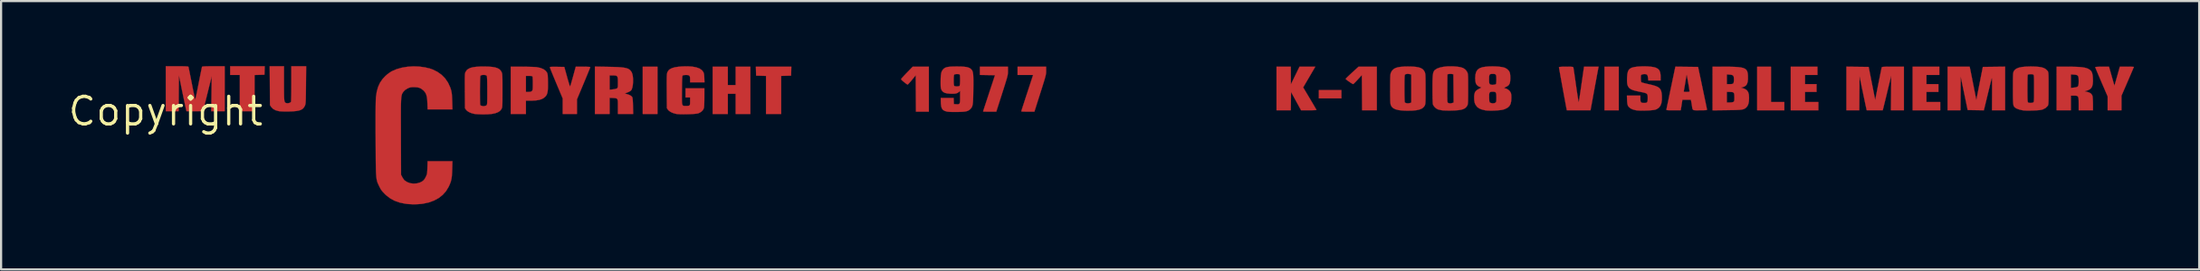
<source format=kicad_pcb>
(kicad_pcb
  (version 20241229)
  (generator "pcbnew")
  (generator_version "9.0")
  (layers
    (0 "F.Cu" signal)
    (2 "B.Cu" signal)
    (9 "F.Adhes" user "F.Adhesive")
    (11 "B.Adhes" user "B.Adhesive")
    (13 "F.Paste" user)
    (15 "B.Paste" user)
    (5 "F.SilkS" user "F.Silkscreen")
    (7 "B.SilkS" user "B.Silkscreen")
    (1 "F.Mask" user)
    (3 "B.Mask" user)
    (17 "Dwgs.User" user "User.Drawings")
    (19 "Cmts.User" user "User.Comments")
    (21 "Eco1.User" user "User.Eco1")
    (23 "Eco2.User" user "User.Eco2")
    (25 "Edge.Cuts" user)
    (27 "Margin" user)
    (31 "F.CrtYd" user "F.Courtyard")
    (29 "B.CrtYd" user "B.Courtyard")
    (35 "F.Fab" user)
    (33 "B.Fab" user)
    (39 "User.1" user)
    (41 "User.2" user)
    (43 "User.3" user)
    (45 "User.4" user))
  (footprint "Copyright"
    (layer "F.Cu")
    (at 4.573 2.083)
    (property "Reference" "Copyright" (at 0 0 0) (layer "F.SilkS") (effects (font (size 1.27 1.27) (thickness 0.15))))
    (attr smd board_only exclude_from_pos_files exclude_from_bom allow_missing_courtyard)
    (fp_poly (pts (xy 22.634 0.123) (xy 21.956 0.123) (xy 21.956 -2.057) (xy 22.634 -2.057) (xy 22.634 0.123)) (stroke (width 0.01) (type solid)) (fill yes) (layer "F.Cu"))
    (fp_poly (pts (xy 54.108 -0.596) (xy 53.071 -0.596) (xy 53.071 -0.977) (xy 54.108 -0.977) (xy 54.108 -0.596)) (stroke (width 0.01) (type solid)) (fill yes) (layer "F.Cu"))
    (fp_poly (pts (xy 66.872 -0.046) (xy 66.216 -0.046) (xy 66.216 -2.057) (xy 66.872 -2.057) (xy 66.872 -0.046)) (stroke (width 0.01) (type solid)) (fill yes) (layer "F.Cu"))
    (fp_poly (pts (xy 73.878 -0.427) (xy 74.492 -0.427) (xy 74.492 -0.046) (xy 73.243 -0.046) (xy 73.243 -2.057) (xy 73.878 -2.057) (xy 73.878 -0.427)) (stroke (width 0.01) (type solid)) (fill yes) (layer "F.Cu"))
    (fp_poly (pts (xy 4.547 -1.686) (xy 4.319 -1.68) (xy 4.092 -1.674) (xy 4.092 -0.004) (xy 3.414 -0.004) (xy 3.414 -1.676) (xy 2.97 -1.676) (xy 2.97 -2.078) (xy 4.559 -2.078) (xy 4.547 -1.686)) (stroke (width 0.01) (type solid)) (fill yes) (layer "F.Cu"))
    (fp_poly (pts (xy 28.782 -1.644) (xy 28.555 -1.638) (xy 28.327 -1.632) (xy 28.327 0.123) (xy 27.629 0.123) (xy 27.629 -1.632) (xy 27.401 -1.638) (xy 27.174 -1.644) (xy 27.162 -2.057) (xy 28.795 -2.057) (xy 28.782 -1.644)) (stroke (width 0.01) (type solid)) (fill yes) (layer "F.Cu"))
    (fp_poly (pts (xy 25.872 -1.21) (xy 26.232 -1.21) (xy 26.232 -2.057) (xy 26.909 -2.057) (xy 26.909 0.123) (xy 26.232 0.123) (xy 26.232 -0.808) (xy 25.872 -0.808) (xy 25.872 0.123) (xy 25.174 0.123) (xy 25.174 -2.057) (xy 25.872 -2.057) (xy 25.872 -1.21)) (stroke (width 0.01) (type solid)) (fill yes) (layer "F.Cu"))
    (fp_poly (pts (xy 76.016 -1.676) (xy 75.444 -1.676) (xy 75.444 -1.253) (xy 75.974 -1.253) (xy 75.974 -0.893) (xy 75.444 -0.893) (xy 75.444 -0.427) (xy 76.058 -0.427) (xy 76.058 -0.046) (xy 74.788 -0.046) (xy 74.788 -2.057) (xy 76.016 -2.057) (xy 76.016 -1.676)) (stroke (width 0.01) (type solid)) (fill yes) (layer "F.Cu"))
    (fp_poly (pts (xy 81.625 -1.676) (xy 81.032 -1.676) (xy 81.032 -1.253) (xy 81.583 -1.253) (xy 81.583 -0.893) (xy 81.032 -0.893) (xy 81.032 -0.427) (xy 81.667 -0.427) (xy 81.667 -0.046) (xy 80.397 -0.046) (xy 80.397 -2.057) (xy 81.625 -2.057) (xy 81.625 -1.676)) (stroke (width 0.01) (type solid)) (fill yes) (layer "F.Cu"))
    (fp_poly (pts (xy 35.122 0.017) (xy 34.53 0.017) (xy 34.524 -0.821) (xy 34.519 -1.66) (xy 34.343 -1.446) (xy 34.276 -1.366) (xy 34.218 -1.3) (xy 34.173 -1.253) (xy 34.148 -1.232) (xy 34.146 -1.231) (xy 34.121 -1.244) (xy 34.072 -1.277) (xy 34.008 -1.326) (xy 33.978 -1.35) (xy 33.908 -1.408) (xy 33.867 -1.447) (xy 33.85 -1.474) (xy 33.851 -1.495) (xy 33.858 -1.506) (xy 33.881 -1.533) (xy 33.928 -1.585) (xy 33.993 -1.655) (xy 34.071 -1.738) (xy 34.131 -1.8) (xy 34.379 -2.057) (xy 35.122 -2.057) (xy 35.122 0.017)) (stroke (width 0.01) (type solid)) (fill yes) (layer "F.Cu"))
    (fp_poly (pts (xy 55.738 -0.046) (xy 55.061 -0.046) (xy 55.056 -0.858) (xy 55.05 -1.67) (xy 54.86 -1.462) (xy 54.788 -1.386) (xy 54.726 -1.322) (xy 54.679 -1.276) (xy 54.653 -1.255) (xy 54.65 -1.254) (xy 54.622 -1.264) (xy 54.572 -1.294) (xy 54.508 -1.335) (xy 54.44 -1.382) (xy 54.378 -1.428) (xy 54.33 -1.467) (xy 54.306 -1.493) (xy 54.305 -1.497) (xy 54.321 -1.518) (xy 54.364 -1.562) (xy 54.429 -1.625) (xy 54.51 -1.701) (xy 54.602 -1.787) (xy 54.604 -1.788) (xy 54.898 -2.057) (xy 55.738 -2.057) (xy 55.738 -0.046)) (stroke (width 0.01) (type solid)) (fill yes) (layer "F.Cu"))
    (fp_poly (pts (xy 40.52 -1.872) (xy 40.52 -1.825) (xy 40.518 -1.782) (xy 40.514 -1.737) (xy 40.505 -1.687) (xy 40.492 -1.627) (xy 40.472 -1.552) (xy 40.446 -1.459) (xy 40.41 -1.342) (xy 40.365 -1.198) (xy 40.31 -1.021) (xy 40.25 -0.834) (xy 39.98 0.017) (xy 39.678 0.017) (xy 39.571 0.016) (xy 39.48 0.014) (xy 39.414 0.009) (xy 39.38 0.004) (xy 39.377 0.002) (xy 39.383 -0.021) (xy 39.401 -0.08) (xy 39.43 -0.171) (xy 39.468 -0.288) (xy 39.514 -0.429) (xy 39.565 -0.589) (xy 39.622 -0.763) (xy 39.649 -0.845) (xy 39.921 -1.676) (xy 39.207 -1.676) (xy 39.207 -2.057) (xy 40.519 -2.057) (xy 40.52 -1.872)) (stroke (width 0.01) (type solid)) (fill yes) (layer "F.Cu"))
    (fp_poly (pts (xy 38.763 -1.861) (xy 38.763 -1.812) (xy 38.761 -1.768) (xy 38.757 -1.723) (xy 38.749 -1.673) (xy 38.737 -1.615) (xy 38.718 -1.543) (xy 38.692 -1.453) (xy 38.658 -1.341) (xy 38.615 -1.202) (xy 38.561 -1.031) (xy 38.495 -0.825) (xy 38.495 -0.824) (xy 38.226 0.017) (xy 37.923 0.017) (xy 37.815 0.017) (xy 37.724 0.015) (xy 37.657 0.013) (xy 37.623 0.009) (xy 37.62 0.008) (xy 37.626 -0.014) (xy 37.644 -0.071) (xy 37.673 -0.16) (xy 37.711 -0.277) (xy 37.757 -0.417) (xy 37.809 -0.575) (xy 37.866 -0.749) (xy 37.893 -0.833) (xy 38.167 -1.665) (xy 37.819 -1.671) (xy 37.471 -1.677) (xy 37.471 -2.057) (xy 38.763 -2.057) (xy 38.763 -1.861)) (stroke (width 0.01) (type solid)) (fill yes) (layer "F.Cu"))
    (fp_poly (pts (xy 51.782 -1.649) (xy 51.784 -1.242) (xy 51.982 -1.649) (xy 52.181 -2.057) (xy 52.906 -2.057) (xy 52.848 -1.956) (xy 52.819 -1.907) (xy 52.773 -1.828) (xy 52.715 -1.728) (xy 52.648 -1.614) (xy 52.578 -1.493) (xy 52.569 -1.479) (xy 52.349 -1.102) (xy 52.652 -0.592) (xy 52.731 -0.459) (xy 52.803 -0.337) (xy 52.864 -0.232) (xy 52.913 -0.149) (xy 52.947 -0.091) (xy 52.961 -0.065) (xy 52.962 -0.064) (xy 52.944 -0.058) (xy 52.891 -0.053) (xy 52.809 -0.049) (xy 52.705 -0.047) (xy 52.611 -0.046) (xy 52.254 -0.046) (xy 52.022 -0.469) (xy 51.791 -0.892) (xy 51.779 -0.046) (xy 51.124 -0.046) (xy 51.124 -2.057) (xy 51.78 -2.057) (xy 51.782 -1.649)) (stroke (width 0.01) (type solid)) (fill yes) (layer "F.Cu"))
    (fp_poly (pts (xy 84.652 -0.046) (xy 84.049 -0.046) (xy 84.053 -0.824) (xy 84.054 -1.025) (xy 84.054 -1.187) (xy 84.054 -1.314) (xy 84.053 -1.408) (xy 84.051 -1.473) (xy 84.048 -1.511) (xy 84.043 -1.527) (xy 84.038 -1.524) (xy 84.031 -1.504) (xy 84.028 -1.496) (xy 84.016 -1.45) (xy 83.996 -1.368) (xy 83.968 -1.257) (xy 83.935 -1.122) (xy 83.898 -0.97) (xy 83.858 -0.806) (xy 83.837 -0.718) (xy 83.674 -0.045) (xy 83.302 -0.051) (xy 82.93 -0.057) (xy 82.77 -0.829) (xy 82.609 -1.602) (xy 82.604 -0.824) (xy 82.598 -0.046) (xy 82.006 -0.046) (xy 82.006 -2.057) (xy 83.021 -2.057) (xy 83.032 -2.009) (xy 83.038 -1.978) (xy 83.052 -1.91) (xy 83.072 -1.811) (xy 83.097 -1.686) (xy 83.126 -1.54) (xy 83.158 -1.378) (xy 83.185 -1.242) (xy 83.328 -0.522) (xy 83.478 -1.284) (xy 83.628 -2.046) (xy 84.14 -2.052) (xy 84.652 -2.058) (xy 84.652 -0.046)) (stroke (width 0.01) (type solid)) (fill yes) (layer "F.Cu"))
    (fp_poly (pts (xy 89.456 -1.977) (xy 89.469 -1.931) (xy 89.491 -1.853) (xy 89.52 -1.75) (xy 89.553 -1.633) (xy 89.58 -1.538) (xy 89.683 -1.178) (xy 89.714 -1.284) (xy 89.731 -1.342) (xy 89.756 -1.43) (xy 89.787 -1.539) (xy 89.821 -1.659) (xy 89.839 -1.723) (xy 89.933 -2.057) (xy 90.256 -2.057) (xy 90.367 -2.056) (xy 90.462 -2.055) (xy 90.533 -2.052) (xy 90.573 -2.049) (xy 90.579 -2.047) (xy 90.57 -2.026) (xy 90.547 -1.971) (xy 90.511 -1.886) (xy 90.464 -1.775) (xy 90.408 -1.644) (xy 90.345 -1.497) (xy 90.293 -1.376) (xy 90.007 -0.716) (xy 90.007 -0.046) (xy 89.372 -0.046) (xy 89.372 -0.686) (xy 89.086 -1.35) (xy 89.019 -1.507) (xy 88.957 -1.652) (xy 88.903 -1.781) (xy 88.858 -1.888) (xy 88.825 -1.969) (xy 88.805 -2.02) (xy 88.801 -2.035) (xy 88.821 -2.044) (xy 88.882 -2.051) (xy 88.981 -2.055) (xy 89.116 -2.057) (xy 89.434 -2.057) (xy 89.456 -1.977)) (stroke (width 0.01) (type solid)) (fill yes) (layer "F.Cu"))
    (fp_poly (pts (xy 19.322 -2.056) (xy 19.419 -2.053) (xy 19.493 -2.049) (xy 19.535 -2.043) (xy 19.543 -2.04) (xy 19.535 -2.017) (xy 19.513 -1.959) (xy 19.478 -1.872) (xy 19.431 -1.758) (xy 19.376 -1.623) (xy 19.313 -1.471) (xy 19.245 -1.306) (xy 19.236 -1.286) (xy 18.929 -0.55) (xy 18.929 0.123) (xy 18.273 0.123) (xy 18.273 -0.591) (xy 17.977 -1.297) (xy 17.909 -1.46) (xy 17.846 -1.612) (xy 17.791 -1.746) (xy 17.745 -1.86) (xy 17.71 -1.949) (xy 17.688 -2.007) (xy 17.681 -2.031) (xy 17.69 -2.041) (xy 17.721 -2.049) (xy 17.779 -2.052) (xy 17.869 -2.054) (xy 17.995 -2.052) (xy 18.013 -2.052) (xy 18.346 -2.046) (xy 18.473 -1.587) (xy 18.51 -1.455) (xy 18.544 -1.34) (xy 18.573 -1.246) (xy 18.596 -1.18) (xy 18.61 -1.145) (xy 18.614 -1.142) (xy 18.623 -1.166) (xy 18.642 -1.225) (xy 18.668 -1.312) (xy 18.699 -1.423) (xy 18.735 -1.549) (xy 18.751 -1.607) (xy 18.874 -2.057) (xy 19.209 -2.057) (xy 19.322 -2.056)) (stroke (width 0.01) (type solid)) (fill yes) (layer "F.Cu"))
    (fp_poly (pts (xy 5.446 -1.278) (xy 5.446 -1.063) (xy 5.447 -0.885) (xy 5.449 -0.742) (xy 5.452 -0.63) (xy 5.458 -0.545) (xy 5.466 -0.482) (xy 5.479 -0.438) (xy 5.495 -0.41) (xy 5.515 -0.392) (xy 5.541 -0.382) (xy 5.573 -0.375) (xy 5.582 -0.373) (xy 5.659 -0.374) (xy 5.729 -0.4) (xy 5.769 -0.435) (xy 5.772 -0.461) (xy 5.775 -0.525) (xy 5.778 -0.621) (xy 5.781 -0.745) (xy 5.783 -0.892) (xy 5.784 -1.058) (xy 5.785 -1.238) (xy 5.785 -1.268) (xy 5.785 -2.078) (xy 6.466 -2.078) (xy 6.458 -1.215) (xy 6.456 -0.999) (xy 6.454 -0.821) (xy 6.451 -0.676) (xy 6.449 -0.562) (xy 6.445 -0.472) (xy 6.441 -0.404) (xy 6.435 -0.353) (xy 6.428 -0.315) (xy 6.42 -0.285) (xy 6.412 -0.263) (xy 6.369 -0.184) (xy 6.314 -0.121) (xy 6.242 -0.073) (xy 6.148 -0.038) (xy 6.026 -0.014) (xy 5.873 0.001) (xy 5.682 0.008) (xy 5.679 0.008) (xy 5.551 0.009) (xy 5.429 0.008) (xy 5.323 0.004) (xy 5.243 -0.002) (xy 5.214 -0.005) (xy 5.061 -0.047) (xy 4.942 -0.112) (xy 4.858 -0.2) (xy 4.857 -0.2) (xy 4.801 -0.286) (xy 4.795 -1.182) (xy 4.788 -2.078) (xy 5.446 -2.078) (xy 5.446 -1.278)) (stroke (width 0.01) (type solid)) (fill yes) (layer "F.Cu"))
    (fp_poly (pts (xy 78.373 -2.046) (xy 78.523 -1.284) (xy 78.674 -0.522) (xy 78.818 -1.253) (xy 78.852 -1.424) (xy 78.884 -1.583) (xy 78.912 -1.725) (xy 78.936 -1.845) (xy 78.955 -1.937) (xy 78.967 -1.998) (xy 78.972 -2.02) (xy 78.978 -2.032) (xy 78.993 -2.04) (xy 79.021 -2.047) (xy 79.067 -2.052) (xy 79.137 -2.054) (xy 79.236 -2.056) (xy 79.368 -2.057) (xy 79.489 -2.057) (xy 79.995 -2.057) (xy 79.995 -0.046) (xy 79.397 -0.046) (xy 79.406 -0.854) (xy 79.408 -1.033) (xy 79.41 -1.198) (xy 79.411 -1.343) (xy 79.411 -1.464) (xy 79.411 -1.558) (xy 79.411 -1.619) (xy 79.41 -1.642) (xy 79.41 -1.642) (xy 79.404 -1.618) (xy 79.389 -1.557) (xy 79.366 -1.465) (xy 79.338 -1.346) (xy 79.304 -1.206) (xy 79.265 -1.049) (xy 79.233 -0.914) (xy 79.192 -0.743) (xy 79.153 -0.583) (xy 79.118 -0.438) (xy 79.087 -0.314) (xy 79.063 -0.216) (xy 79.047 -0.15) (xy 79.041 -0.125) (xy 79.02 -0.046) (xy 78.284 -0.046) (xy 78.252 -0.189) (xy 78.24 -0.246) (xy 78.22 -0.338) (xy 78.195 -0.458) (xy 78.165 -0.6) (xy 78.132 -0.757) (xy 78.098 -0.923) (xy 78.086 -0.977) (xy 77.953 -1.623) (xy 77.942 -0.046) (xy 77.349 -0.046) (xy 77.349 -2.058) (xy 78.373 -2.046)) (stroke (width 0.01) (type solid)) (fill yes) (layer "F.Cu"))
    (fp_poly (pts (xy 16.553 -2.056) (xy 16.704 -2.053) (xy 16.843 -2.049) (xy 16.961 -2.044) (xy 17.049 -2.038) (xy 17.081 -2.035) (xy 17.25 -1.999) (xy 17.386 -1.943) (xy 17.488 -1.868) (xy 17.528 -1.818) (xy 17.549 -1.786) (xy 17.564 -1.755) (xy 17.574 -1.718) (xy 17.582 -1.668) (xy 17.586 -1.599) (xy 17.59 -1.501) (xy 17.592 -1.37) (xy 17.593 -1.36) (xy 17.594 -1.183) (xy 17.591 -1.042) (xy 17.582 -0.931) (xy 17.566 -0.844) (xy 17.542 -0.776) (xy 17.509 -0.719) (xy 17.485 -0.689) (xy 17.406 -0.617) (xy 17.309 -0.563) (xy 17.188 -0.525) (xy 17.038 -0.501) (xy 16.855 -0.491) (xy 16.786 -0.491) (xy 16.58 -0.491) (xy 16.58 0.123) (xy 15.881 0.123) (xy 15.881 -1.634) (xy 16.58 -1.634) (xy 16.58 -0.893) (xy 16.696 -0.893) (xy 16.776 -0.898) (xy 16.829 -0.915) (xy 16.855 -0.935) (xy 16.872 -0.956) (xy 16.884 -0.983) (xy 16.891 -1.024) (xy 16.895 -1.086) (xy 16.897 -1.178) (xy 16.897 -1.272) (xy 16.897 -1.382) (xy 16.894 -1.478) (xy 16.89 -1.552) (xy 16.886 -1.595) (xy 16.885 -1.6) (xy 16.867 -1.619) (xy 16.828 -1.629) (xy 16.758 -1.633) (xy 16.726 -1.634) (xy 16.58 -1.634) (xy 15.881 -1.634) (xy 15.881 -2.057) (xy 16.398 -2.057) (xy 16.553 -2.056)) (stroke (width 0.01) (type solid)) (fill yes) (layer "F.Cu"))
    (fp_poly (pts (xy 65.934 -2.009) (xy 65.928 -1.979) (xy 65.916 -1.912) (xy 65.897 -1.812) (xy 65.873 -1.683) (xy 65.845 -1.53) (xy 65.813 -1.357) (xy 65.778 -1.17) (xy 65.748 -1.004) (xy 65.572 -0.046) (xy 64.483 -0.046) (xy 64.461 -0.157) (xy 64.449 -0.22) (xy 64.431 -0.315) (xy 64.409 -0.435) (xy 64.383 -0.576) (xy 64.354 -0.732) (xy 64.323 -0.899) (xy 64.292 -1.072) (xy 64.26 -1.245) (xy 64.23 -1.413) (xy 64.201 -1.571) (xy 64.176 -1.714) (xy 64.154 -1.836) (xy 64.137 -1.934) (xy 64.125 -2) (xy 64.12 -2.032) (xy 64.12 -2.033) (xy 64.137 -2.043) (xy 64.189 -2.05) (xy 64.279 -2.055) (xy 64.408 -2.057) (xy 64.447 -2.057) (xy 64.572 -2.056) (xy 64.661 -2.055) (xy 64.721 -2.051) (xy 64.757 -2.044) (xy 64.776 -2.035) (xy 64.784 -2.021) (xy 64.784 -2.02) (xy 64.789 -1.991) (xy 64.8 -1.925) (xy 64.814 -1.827) (xy 64.833 -1.702) (xy 64.854 -1.554) (xy 64.878 -1.388) (xy 64.903 -1.209) (xy 64.907 -1.184) (xy 64.932 -1.007) (xy 64.956 -0.846) (xy 64.978 -0.705) (xy 64.997 -0.587) (xy 65.013 -0.498) (xy 65.024 -0.441) (xy 65.031 -0.421) (xy 65.032 -0.422) (xy 65.038 -0.451) (xy 65.049 -0.516) (xy 65.064 -0.614) (xy 65.083 -0.74) (xy 65.105 -0.888) (xy 65.13 -1.054) (xy 65.156 -1.233) (xy 65.159 -1.258) (xy 65.274 -2.057) (xy 65.609 -2.057) (xy 65.945 -2.057) (xy 65.934 -2.009)) (stroke (width 0.01) (type solid)) (fill yes) (layer "F.Cu"))
    (fp_poly (pts (xy 87.504 -2.057) (xy 87.729 -2.055) (xy 87.917 -2.051) (xy 88.072 -2.043) (xy 88.198 -2.031) (xy 88.301 -2.015) (xy 88.386 -1.994) (xy 88.457 -1.968) (xy 88.481 -1.956) (xy 88.563 -1.905) (xy 88.621 -1.845) (xy 88.658 -1.765) (xy 88.68 -1.659) (xy 88.689 -1.562) (xy 88.695 -1.391) (xy 88.685 -1.256) (xy 88.659 -1.151) (xy 88.615 -1.072) (xy 88.55 -1.013) (xy 88.462 -0.97) (xy 88.446 -0.965) (xy 88.314 -0.921) (xy 88.429 -0.895) (xy 88.541 -0.858) (xy 88.618 -0.805) (xy 88.665 -0.731) (xy 88.673 -0.707) (xy 88.681 -0.656) (xy 88.688 -0.574) (xy 88.692 -0.471) (xy 88.695 -0.358) (xy 88.695 -0.337) (xy 88.695 -0.046) (xy 88.039 -0.046) (xy 88.039 -0.352) (xy 88.038 -0.485) (xy 88.033 -0.582) (xy 88.02 -0.648) (xy 87.996 -0.69) (xy 87.957 -0.712) (xy 87.9 -0.722) (xy 87.82 -0.723) (xy 87.812 -0.723) (xy 87.679 -0.723) (xy 87.679 -0.046) (xy 87.023 -0.046) (xy 87.023 -1.078) (xy 87.679 -1.078) (xy 87.822 -1.093) (xy 87.912 -1.106) (xy 87.969 -1.125) (xy 88.002 -1.15) (xy 88.02 -1.18) (xy 88.031 -1.224) (xy 88.037 -1.291) (xy 88.039 -1.391) (xy 88.039 -1.4) (xy 88.036 -1.514) (xy 88.025 -1.592) (xy 87.999 -1.643) (xy 87.954 -1.672) (xy 87.885 -1.687) (xy 87.815 -1.693) (xy 87.679 -1.702) (xy 87.679 -1.078) (xy 87.023 -1.078) (xy 87.023 -2.057) (xy 87.504 -2.057)) (stroke (width 0.01) (type solid)) (fill yes) (layer "F.Cu"))
    (fp_poly (pts (xy 20.385 -2.051) (xy 20.613 -2.046) (xy 20.804 -2.039) (xy 20.961 -2.028) (xy 21.087 -2.013) (xy 21.189 -1.993) (xy 21.268 -1.968) (xy 21.331 -1.935) (xy 21.38 -1.893) (xy 21.421 -1.843) (xy 21.446 -1.802) (xy 21.479 -1.717) (xy 21.5 -1.605) (xy 21.511 -1.477) (xy 21.51 -1.342) (xy 21.499 -1.212) (xy 21.478 -1.097) (xy 21.447 -1.006) (xy 21.425 -0.969) (xy 21.382 -0.933) (xy 21.314 -0.894) (xy 21.253 -0.868) (xy 21.123 -0.821) (xy 21.217 -0.797) (xy 21.334 -0.758) (xy 21.421 -0.709) (xy 21.473 -0.655) (xy 21.474 -0.654) (xy 21.486 -0.61) (xy 21.496 -0.523) (xy 21.503 -0.396) (xy 21.508 -0.242) (xy 21.516 0.123) (xy 20.813 0.123) (xy 20.813 -0.213) (xy 20.813 -0.35) (xy 20.81 -0.451) (xy 20.801 -0.521) (xy 20.782 -0.566) (xy 20.751 -0.592) (xy 20.703 -0.606) (xy 20.637 -0.612) (xy 20.588 -0.614) (xy 20.432 -0.622) (xy 20.432 0.123) (xy 19.755 0.123) (xy 19.755 -1.655) (xy 20.432 -1.655) (xy 20.432 -0.995) (xy 20.575 -1.01) (xy 20.656 -1.022) (xy 20.726 -1.038) (xy 20.766 -1.054) (xy 20.786 -1.069) (xy 20.799 -1.09) (xy 20.808 -1.124) (xy 20.812 -1.18) (xy 20.813 -1.265) (xy 20.813 -1.336) (xy 20.812 -1.459) (xy 20.804 -1.545) (xy 20.786 -1.601) (xy 20.752 -1.634) (xy 20.698 -1.65) (xy 20.62 -1.654) (xy 20.576 -1.655) (xy 20.432 -1.655) (xy 19.755 -1.655) (xy 19.755 -2.062) (xy 20.385 -2.051)) (stroke (width 0.01) (type solid)) (fill yes) (layer "F.Cu"))
    (fp_poly (pts (xy 0.694 -2.078) (xy 0.826 -2.076) (xy 0.924 -2.073) (xy 0.991 -2.068) (xy 1.031 -2.062) (xy 1.048 -2.053) (xy 1.049 -2.052) (xy 1.055 -2.025) (xy 1.068 -1.962) (xy 1.088 -1.868) (xy 1.112 -1.746) (xy 1.141 -1.602) (xy 1.173 -1.441) (xy 1.205 -1.279) (xy 1.238 -1.108) (xy 1.27 -0.95) (xy 1.298 -0.811) (xy 1.323 -0.695) (xy 1.342 -0.607) (xy 1.355 -0.552) (xy 1.361 -0.533) (xy 1.367 -0.553) (xy 1.381 -0.61) (xy 1.4 -0.699) (xy 1.425 -0.816) (xy 1.453 -0.956) (xy 1.485 -1.114) (xy 1.518 -1.279) (xy 1.552 -1.452) (xy 1.583 -1.612) (xy 1.612 -1.755) (xy 1.636 -1.875) (xy 1.655 -1.968) (xy 1.668 -2.028) (xy 1.674 -2.052) (xy 1.687 -2.06) (xy 1.723 -2.067) (xy 1.785 -2.072) (xy 1.877 -2.075) (xy 2.003 -2.077) (xy 2.166 -2.078) (xy 2.199 -2.078) (xy 2.716 -2.078) (xy 2.716 -0.004) (xy 2.1 -0.004) (xy 2.122 -1.623) (xy 1.932 -0.861) (xy 1.889 -0.686) (xy 1.848 -0.523) (xy 1.812 -0.376) (xy 1.78 -0.251) (xy 1.756 -0.152) (xy 1.739 -0.084) (xy 1.731 -0.052) (xy 1.731 -0.051) (xy 1.726 -0.034) (xy 1.716 -0.022) (xy 1.695 -0.014) (xy 1.657 -0.008) (xy 1.595 -0.005) (xy 1.506 -0.004) (xy 1.381 -0.004) (xy 1.34 -0.004) (xy 0.961 -0.004) (xy 0.94 -0.083) (xy 0.931 -0.122) (xy 0.915 -0.197) (xy 0.892 -0.303) (xy 0.865 -0.434) (xy 0.833 -0.586) (xy 0.798 -0.753) (xy 0.765 -0.912) (xy 0.61 -1.663) (xy 0.604 -0.833) (xy 0.599 -0.004) (xy 0.006 -0.004) (xy 0.006 -2.078) (xy 0.523 -2.078) (xy 0.694 -2.078)) (stroke (width 0.01) (type solid)) (fill yes) (layer "F.Cu"))
    (fp_poly (pts (xy 71.735 -2.056) (xy 71.976 -2.055) (xy 72.179 -2.05) (xy 72.346 -2.04) (xy 72.481 -2.024) (xy 72.587 -2.001) (xy 72.669 -1.969) (xy 72.728 -1.927) (xy 72.769 -1.873) (xy 72.796 -1.807) (xy 72.81 -1.727) (xy 72.817 -1.641) (xy 72.818 -1.48) (xy 72.804 -1.354) (xy 72.774 -1.259) (xy 72.726 -1.19) (xy 72.656 -1.143) (xy 72.594 -1.119) (xy 72.498 -1.091) (xy 72.59 -1.064) (xy 72.699 -1.02) (xy 72.778 -0.96) (xy 72.83 -0.878) (xy 72.86 -0.769) (xy 72.869 -0.626) (xy 72.869 -0.618) (xy 72.862 -0.464) (xy 72.84 -0.344) (xy 72.802 -0.253) (xy 72.747 -0.183) (xy 72.711 -0.151) (xy 72.674 -0.125) (xy 72.633 -0.104) (xy 72.581 -0.088) (xy 72.515 -0.076) (xy 72.43 -0.067) (xy 72.32 -0.061) (xy 72.182 -0.057) (xy 72.009 -0.054) (xy 71.851 -0.051) (xy 71.19 -0.043) (xy 71.19 -0.893) (xy 71.846 -0.893) (xy 71.846 -0.406) (xy 71.98 -0.406) (xy 72.07 -0.411) (xy 72.136 -0.426) (xy 72.154 -0.436) (xy 72.175 -0.457) (xy 72.187 -0.488) (xy 72.193 -0.541) (xy 72.195 -0.624) (xy 72.195 -0.649) (xy 72.192 -0.754) (xy 72.18 -0.824) (xy 72.151 -0.865) (xy 72.1 -0.886) (xy 72.02 -0.892) (xy 71.98 -0.893) (xy 71.846 -0.893) (xy 71.19 -0.893) (xy 71.19 -1.253) (xy 71.846 -1.253) (xy 71.981 -1.253) (xy 72.066 -1.256) (xy 72.119 -1.269) (xy 72.145 -1.288) (xy 72.163 -1.334) (xy 72.173 -1.414) (xy 72.174 -1.467) (xy 72.169 -1.564) (xy 72.15 -1.628) (xy 72.11 -1.666) (xy 72.042 -1.686) (xy 71.974 -1.693) (xy 71.846 -1.702) (xy 71.846 -1.253) (xy 71.19 -1.253) (xy 71.19 -2.057) (xy 71.735 -2.056)) (stroke (width 0.01) (type solid)) (fill yes) (layer "F.Cu"))
    (fp_poly (pts (xy 70.001 -2.052) (xy 70.523 -2.046) (xy 70.728 -1.073) (xy 70.769 -0.875) (xy 70.808 -0.69) (xy 70.843 -0.521) (xy 70.874 -0.373) (xy 70.899 -0.25) (xy 70.918 -0.156) (xy 70.93 -0.096) (xy 70.934 -0.072) (xy 70.924 -0.062) (xy 70.89 -0.054) (xy 70.827 -0.049) (xy 70.73 -0.047) (xy 70.608 -0.046) (xy 70.483 -0.045) (xy 70.393 -0.046) (xy 70.332 -0.052) (xy 70.294 -0.067) (xy 70.272 -0.097) (xy 70.258 -0.144) (xy 70.247 -0.213) (xy 70.237 -0.279) (xy 70.224 -0.361) (xy 70.211 -0.433) (xy 70.203 -0.475) (xy 70.192 -0.533) (xy 69.801 -0.533) (xy 69.763 -0.289) (xy 69.724 -0.046) (xy 69.39 -0.046) (xy 69.264 -0.046) (xy 69.175 -0.048) (xy 69.116 -0.051) (xy 69.082 -0.057) (xy 69.067 -0.066) (xy 69.064 -0.078) (xy 69.065 -0.083) (xy 69.071 -0.111) (xy 69.085 -0.176) (xy 69.105 -0.274) (xy 69.132 -0.399) (xy 69.163 -0.547) (xy 69.197 -0.714) (xy 69.235 -0.895) (xy 69.238 -0.91) (xy 69.863 -0.91) (xy 69.88 -0.899) (xy 69.924 -0.894) (xy 69.993 -0.893) (xy 70.076 -0.896) (xy 70.121 -0.906) (xy 70.131 -0.919) (xy 70.128 -0.95) (xy 70.118 -1.012) (xy 70.105 -1.099) (xy 70.088 -1.201) (xy 70.069 -1.31) (xy 70.05 -1.419) (xy 70.033 -1.519) (xy 70.017 -1.603) (xy 70.006 -1.662) (xy 70 -1.688) (xy 69.999 -1.688) (xy 69.994 -1.671) (xy 69.983 -1.618) (xy 69.968 -1.537) (xy 69.95 -1.433) (xy 69.934 -1.331) (xy 69.914 -1.21) (xy 69.896 -1.101) (xy 69.88 -1.013) (xy 69.869 -0.952) (xy 69.864 -0.93) (xy 69.863 -0.91) (xy 69.238 -0.91) (xy 69.252 -0.977) (xy 69.292 -1.167) (xy 69.329 -1.347) (xy 69.364 -1.513) (xy 69.395 -1.66) (xy 69.42 -1.782) (xy 69.44 -1.876) (xy 69.452 -1.934) (xy 69.455 -1.946) (xy 69.479 -2.058) (xy 70.001 -2.052)) (stroke (width 0.01) (type solid)) (fill yes) (layer "F.Cu"))
    (fp_poly (pts (xy 59.273 -2.071) (xy 59.449 -2.057) (xy 59.588 -2.034) (xy 59.697 -2) (xy 59.781 -1.952) (xy 59.846 -1.889) (xy 59.893 -1.817) (xy 59.906 -1.791) (xy 59.916 -1.766) (xy 59.924 -1.734) (xy 59.93 -1.693) (xy 59.934 -1.637) (xy 59.937 -1.561) (xy 59.939 -1.46) (xy 59.939 -1.33) (xy 59.94 -1.165) (xy 59.94 -1.03) (xy 59.94 -0.837) (xy 59.939 -0.682) (xy 59.937 -0.559) (xy 59.935 -0.465) (xy 59.931 -0.395) (xy 59.926 -0.344) (xy 59.919 -0.307) (xy 59.911 -0.281) (xy 59.903 -0.265) (xy 59.856 -0.196) (xy 59.796 -0.141) (xy 59.717 -0.1) (xy 59.616 -0.071) (xy 59.485 -0.051) (xy 59.321 -0.039) (xy 59.199 -0.035) (xy 59.072 -0.033) (xy 58.949 -0.035) (xy 58.841 -0.038) (xy 58.759 -0.044) (xy 58.733 -0.047) (xy 58.652 -0.062) (xy 58.579 -0.08) (xy 58.543 -0.091) (xy 58.46 -0.139) (xy 58.386 -0.209) (xy 58.333 -0.287) (xy 58.32 -0.32) (xy 58.315 -0.36) (xy 58.31 -0.437) (xy 58.306 -0.544) (xy 58.303 -0.675) (xy 58.302 -0.732) (xy 58.98 -0.732) (xy 58.98 -0.62) (xy 58.982 -0.536) (xy 58.985 -0.476) (xy 58.99 -0.436) (xy 58.997 -0.411) (xy 59.005 -0.396) (xy 59.012 -0.39) (xy 59.074 -0.367) (xy 59.155 -0.368) (xy 59.219 -0.384) (xy 59.274 -0.405) (xy 59.262 -1.706) (xy 59.194 -1.72) (xy 59.121 -1.726) (xy 59.056 -1.72) (xy 58.987 -1.706) (xy 58.982 -1.061) (xy 58.98 -0.878) (xy 58.98 -0.732) (xy 58.302 -0.732) (xy 58.301 -0.824) (xy 58.3 -0.985) (xy 58.3 -1.021) (xy 58.3 -1.228) (xy 58.302 -1.398) (xy 58.307 -1.534) (xy 58.314 -1.641) (xy 58.325 -1.725) (xy 58.34 -1.788) (xy 58.359 -1.837) (xy 58.383 -1.875) (xy 58.41 -1.904) (xy 58.504 -1.967) (xy 58.634 -2.016) (xy 58.794 -2.051) (xy 58.981 -2.071) (xy 59.19 -2.074) (xy 59.273 -2.071)) (stroke (width 0.01) (type solid)) (fill yes) (layer "F.Cu"))
    (fp_poly (pts (xy 57.37 -2.062) (xy 57.535 -2.049) (xy 57.667 -2.025) (xy 57.77 -1.99) (xy 57.849 -1.941) (xy 57.907 -1.877) (xy 57.941 -1.817) (xy 57.952 -1.79) (xy 57.961 -1.759) (xy 57.968 -1.72) (xy 57.973 -1.668) (xy 57.976 -1.597) (xy 57.979 -1.504) (xy 57.98 -1.382) (xy 57.981 -1.229) (xy 57.981 -1.038) (xy 57.981 -1.03) (xy 57.981 -0.84) (xy 57.981 -0.687) (xy 57.98 -0.566) (xy 57.978 -0.474) (xy 57.974 -0.405) (xy 57.97 -0.354) (xy 57.963 -0.317) (xy 57.955 -0.289) (xy 57.944 -0.265) (xy 57.934 -0.247) (xy 57.878 -0.176) (xy 57.798 -0.119) (xy 57.689 -0.077) (xy 57.55 -0.048) (xy 57.375 -0.032) (xy 57.164 -0.027) (xy 57.146 -0.027) (xy 57.027 -0.03) (xy 56.907 -0.037) (xy 56.8 -0.048) (xy 56.739 -0.056) (xy 56.6 -0.092) (xy 56.497 -0.142) (xy 56.425 -0.211) (xy 56.392 -0.266) (xy 56.381 -0.294) (xy 56.373 -0.326) (xy 56.366 -0.367) (xy 56.361 -0.422) (xy 56.357 -0.496) (xy 56.355 -0.594) (xy 56.353 -0.721) (xy 56.353 -0.882) (xy 56.353 -1.026) (xy 56.353 -1.054) (xy 57.009 -1.054) (xy 57.009 -0.896) (xy 57.011 -0.751) (xy 57.013 -0.626) (xy 57.016 -0.524) (xy 57.02 -0.453) (xy 57.023 -0.417) (xy 57.024 -0.414) (xy 57.069 -0.382) (xy 57.139 -0.366) (xy 57.219 -0.37) (xy 57.271 -0.384) (xy 57.326 -0.405) (xy 57.326 -1.695) (xy 57.248 -1.717) (xy 57.155 -1.728) (xy 57.072 -1.713) (xy 57.035 -1.692) (xy 57.027 -1.675) (xy 57.02 -1.636) (xy 57.015 -1.571) (xy 57.012 -1.477) (xy 57.01 -1.351) (xy 57.009 -1.188) (xy 57.009 -1.054) (xy 56.353 -1.054) (xy 56.353 -1.219) (xy 56.354 -1.375) (xy 56.356 -1.498) (xy 56.359 -1.593) (xy 56.363 -1.664) (xy 56.369 -1.715) (xy 56.377 -1.753) (xy 56.385 -1.777) (xy 56.432 -1.865) (xy 56.496 -1.934) (xy 56.581 -1.988) (xy 56.691 -2.026) (xy 56.83 -2.05) (xy 57.003 -2.063) (xy 57.167 -2.066) (xy 57.37 -2.062)) (stroke (width 0.01) (type solid)) (fill yes) (layer "F.Cu"))
    (fp_poly (pts (xy 24.247 -2.059) (xy 24.425 -2.025) (xy 24.567 -1.973) (xy 24.673 -1.902) (xy 24.722 -1.844) (xy 24.75 -1.797) (xy 24.768 -1.752) (xy 24.779 -1.695) (xy 24.786 -1.615) (xy 24.789 -1.546) (xy 24.798 -1.337) (xy 24.136 -1.337) (xy 24.136 -1.473) (xy 24.132 -1.568) (xy 24.113 -1.628) (xy 24.073 -1.661) (xy 24.006 -1.674) (xy 23.95 -1.676) (xy 23.878 -1.672) (xy 23.82 -1.663) (xy 23.798 -1.655) (xy 23.789 -1.644) (xy 23.781 -1.621) (xy 23.775 -1.581) (xy 23.771 -1.52) (xy 23.767 -1.434) (xy 23.764 -1.319) (xy 23.762 -1.17) (xy 23.76 -0.983) (xy 23.76 -0.971) (xy 23.758 -0.777) (xy 23.757 -0.621) (xy 23.758 -0.499) (xy 23.762 -0.406) (xy 23.77 -0.34) (xy 23.783 -0.295) (xy 23.803 -0.267) (xy 23.83 -0.253) (xy 23.865 -0.247) (xy 23.909 -0.247) (xy 23.944 -0.247) (xy 24.031 -0.249) (xy 24.087 -0.259) (xy 24.119 -0.284) (xy 24.133 -0.334) (xy 24.136 -0.415) (xy 24.136 -0.458) (xy 24.136 -0.639) (xy 23.925 -0.639) (xy 23.925 -1.062) (xy 24.793 -1.062) (xy 24.792 -0.644) (xy 24.791 -0.51) (xy 24.788 -0.385) (xy 24.784 -0.278) (xy 24.778 -0.196) (xy 24.771 -0.149) (xy 24.771 -0.147) (xy 24.723 -0.051) (xy 24.64 0.029) (xy 24.531 0.087) (xy 24.511 0.094) (xy 24.447 0.107) (xy 24.35 0.118) (xy 24.229 0.127) (xy 24.093 0.133) (xy 23.95 0.137) (xy 23.81 0.138) (xy 23.682 0.136) (xy 23.575 0.13) (xy 23.502 0.122) (xy 23.372 0.088) (xy 23.256 0.039) (xy 23.164 -0.022) (xy 23.118 -0.07) (xy 23.067 -0.141) (xy 23.061 -0.924) (xy 23.06 -1.132) (xy 23.059 -1.301) (xy 23.06 -1.437) (xy 23.061 -1.543) (xy 23.064 -1.626) (xy 23.068 -1.688) (xy 23.073 -1.734) (xy 23.081 -1.77) (xy 23.09 -1.798) (xy 23.09 -1.799) (xy 23.136 -1.879) (xy 23.207 -1.943) (xy 23.308 -1.993) (xy 23.44 -2.031) (xy 23.609 -2.056) (xy 23.786 -2.07) (xy 24.034 -2.074) (xy 24.247 -2.059)) (stroke (width 0.01) (type solid)) (fill yes) (layer "F.Cu"))
    (fp_poly (pts (xy 68.219 -2.068) (xy 68.369 -2.055) (xy 68.495 -2.034) (xy 68.589 -2.006) (xy 68.591 -2.005) (xy 68.68 -1.955) (xy 68.741 -1.887) (xy 68.779 -1.794) (xy 68.796 -1.672) (xy 68.798 -1.603) (xy 68.798 -1.422) (xy 68.232 -1.422) (xy 68.22 -1.543) (xy 68.203 -1.634) (xy 68.177 -1.686) (xy 68.171 -1.691) (xy 68.113 -1.713) (xy 68.035 -1.717) (xy 67.955 -1.702) (xy 67.942 -1.698) (xy 67.914 -1.684) (xy 67.898 -1.664) (xy 67.89 -1.626) (xy 67.888 -1.561) (xy 67.888 -1.52) (xy 67.892 -1.421) (xy 67.904 -1.361) (xy 67.917 -1.339) (xy 67.948 -1.326) (xy 68.011 -1.307) (xy 68.1 -1.284) (xy 68.204 -1.26) (xy 68.24 -1.252) (xy 68.416 -1.211) (xy 68.555 -1.17) (xy 68.661 -1.126) (xy 68.739 -1.073) (xy 68.793 -1.007) (xy 68.827 -0.926) (xy 68.847 -0.824) (xy 68.857 -0.702) (xy 68.856 -0.519) (xy 68.833 -0.369) (xy 68.786 -0.251) (xy 68.715 -0.162) (xy 68.618 -0.099) (xy 68.558 -0.076) (xy 68.489 -0.061) (xy 68.387 -0.05) (xy 68.263 -0.04) (xy 68.127 -0.035) (xy 67.989 -0.032) (xy 67.857 -0.033) (xy 67.743 -0.039) (xy 67.666 -0.047) (xy 67.531 -0.08) (xy 67.418 -0.132) (xy 67.335 -0.199) (xy 67.307 -0.237) (xy 67.284 -0.287) (xy 67.269 -0.353) (xy 67.26 -0.444) (xy 67.256 -0.516) (xy 67.248 -0.723) (xy 67.867 -0.723) (xy 67.867 -0.576) (xy 67.871 -0.485) (xy 67.887 -0.428) (xy 67.923 -0.398) (xy 67.985 -0.386) (xy 68.036 -0.385) (xy 68.112 -0.388) (xy 68.161 -0.403) (xy 68.189 -0.437) (xy 68.202 -0.498) (xy 68.205 -0.593) (xy 68.205 -0.607) (xy 68.204 -0.688) (xy 68.198 -0.747) (xy 68.179 -0.79) (xy 68.144 -0.822) (xy 68.085 -0.847) (xy 67.998 -0.869) (xy 67.876 -0.894) (xy 67.846 -0.9) (xy 67.693 -0.932) (xy 67.575 -0.962) (xy 67.486 -0.993) (xy 67.419 -1.027) (xy 67.366 -1.067) (xy 67.339 -1.095) (xy 67.301 -1.15) (xy 67.274 -1.216) (xy 67.259 -1.301) (xy 67.253 -1.412) (xy 67.256 -1.557) (xy 67.257 -1.577) (xy 67.268 -1.713) (xy 67.291 -1.821) (xy 67.329 -1.904) (xy 67.388 -1.966) (xy 67.471 -2.01) (xy 67.584 -2.04) (xy 67.73 -2.06) (xy 67.888 -2.07) (xy 68.056 -2.074) (xy 68.219 -2.068)) (stroke (width 0.01) (type solid)) (fill yes) (layer "F.Cu"))
    (fp_poly (pts (xy 14.844 -2.061) (xy 15.017 -2.048) (xy 15.157 -2.025) (xy 15.267 -1.991) (xy 15.352 -1.944) (xy 15.415 -1.883) (xy 15.457 -1.817) (xy 15.468 -1.791) (xy 15.477 -1.764) (xy 15.485 -1.731) (xy 15.49 -1.687) (xy 15.494 -1.628) (xy 15.497 -1.549) (xy 15.499 -1.446) (xy 15.5 -1.314) (xy 15.5 -1.148) (xy 15.5 -0.955) (xy 15.5 -0.754) (xy 15.499 -0.591) (xy 15.499 -0.461) (xy 15.497 -0.36) (xy 15.494 -0.283) (xy 15.49 -0.226) (xy 15.485 -0.184) (xy 15.477 -0.154) (xy 15.468 -0.129) (xy 15.456 -0.107) (xy 15.452 -0.099) (xy 15.388 -0.02) (xy 15.294 0.043) (xy 15.168 0.09) (xy 15.008 0.122) (xy 14.812 0.139) (xy 14.615 0.142) (xy 14.496 0.14) (xy 14.382 0.135) (xy 14.284 0.129) (xy 14.215 0.121) (xy 14.21 0.12) (xy 14.081 0.088) (xy 13.966 0.04) (xy 13.873 -0.02) (xy 13.826 -0.07) (xy 13.775 -0.141) (xy 13.77 -0.897) (xy 14.463 -0.897) (xy 14.464 -0.751) (xy 14.465 -0.615) (xy 14.467 -0.494) (xy 14.47 -0.396) (xy 14.473 -0.325) (xy 14.478 -0.29) (xy 14.479 -0.287) (xy 14.523 -0.256) (xy 14.59 -0.24) (xy 14.665 -0.24) (xy 14.733 -0.257) (xy 14.755 -0.269) (xy 14.768 -0.28) (xy 14.779 -0.292) (xy 14.787 -0.312) (xy 14.793 -0.344) (xy 14.797 -0.393) (xy 14.799 -0.463) (xy 14.801 -0.559) (xy 14.802 -0.685) (xy 14.802 -0.847) (xy 14.802 -0.948) (xy 14.801 -1.146) (xy 14.799 -1.315) (xy 14.796 -1.451) (xy 14.791 -1.551) (xy 14.785 -1.614) (xy 14.78 -1.635) (xy 14.744 -1.662) (xy 14.683 -1.677) (xy 14.612 -1.679) (xy 14.544 -1.67) (xy 14.496 -1.648) (xy 14.485 -1.635) (xy 14.48 -1.604) (xy 14.475 -1.538) (xy 14.471 -1.443) (xy 14.468 -1.324) (xy 14.466 -1.19) (xy 14.464 -1.045) (xy 14.463 -0.897) (xy 13.77 -0.897) (xy 13.769 -0.94) (xy 13.768 -1.145) (xy 13.767 -1.313) (xy 13.767 -1.447) (xy 13.768 -1.552) (xy 13.77 -1.632) (xy 13.773 -1.692) (xy 13.778 -1.737) (xy 13.785 -1.769) (xy 13.793 -1.795) (xy 13.804 -1.818) (xy 13.806 -1.821) (xy 13.855 -1.895) (xy 13.924 -1.953) (xy 14.017 -1.998) (xy 14.136 -2.031) (xy 14.286 -2.052) (xy 14.471 -2.063) (xy 14.633 -2.065) (xy 14.844 -2.061)) (stroke (width 0.01) (type solid)) (fill yes) (layer "F.Cu"))
    (fp_poly (pts (xy 86.054 -2.061) (xy 86.213 -2.048) (xy 86.341 -2.026) (xy 86.442 -1.992) (xy 86.523 -1.945) (xy 86.588 -1.884) (xy 86.609 -1.858) (xy 86.62 -1.841) (xy 86.629 -1.822) (xy 86.637 -1.795) (xy 86.642 -1.757) (xy 86.646 -1.702) (xy 86.649 -1.628) (xy 86.651 -1.528) (xy 86.652 -1.399) (xy 86.652 -1.236) (xy 86.652 -1.051) (xy 86.652 -0.854) (xy 86.652 -0.693) (xy 86.651 -0.567) (xy 86.649 -0.469) (xy 86.646 -0.396) (xy 86.642 -0.343) (xy 86.636 -0.306) (xy 86.629 -0.28) (xy 86.619 -0.26) (xy 86.608 -0.243) (xy 86.514 -0.151) (xy 86.39 -0.087) (xy 86.318 -0.067) (xy 86.247 -0.056) (xy 86.144 -0.047) (xy 86.02 -0.04) (xy 85.886 -0.035) (xy 85.752 -0.033) (xy 85.629 -0.034) (xy 85.527 -0.038) (xy 85.465 -0.045) (xy 85.309 -0.079) (xy 85.186 -0.125) (xy 85.133 -0.156) (xy 85.102 -0.179) (xy 85.077 -0.203) (xy 85.057 -0.231) (xy 85.041 -0.269) (xy 85.03 -0.32) (xy 85.022 -0.39) (xy 85.017 -0.483) (xy 85.014 -0.602) (xy 85.012 -0.753) (xy 85.012 -0.939) (xy 85.012 -1.045) (xy 85.012 -1.049) (xy 85.678 -1.049) (xy 85.679 -0.867) (xy 85.68 -0.722) (xy 85.682 -0.611) (xy 85.684 -0.53) (xy 85.689 -0.472) (xy 85.695 -0.435) (xy 85.702 -0.414) (xy 85.71 -0.405) (xy 85.761 -0.39) (xy 85.831 -0.386) (xy 85.902 -0.393) (xy 85.944 -0.407) (xy 85.956 -0.415) (xy 85.965 -0.428) (xy 85.973 -0.452) (xy 85.978 -0.49) (xy 85.981 -0.547) (xy 85.984 -0.628) (xy 85.985 -0.738) (xy 85.985 -0.881) (xy 85.985 -1.051) (xy 85.985 -1.23) (xy 85.985 -1.371) (xy 85.984 -1.479) (xy 85.982 -1.559) (xy 85.978 -1.615) (xy 85.973 -1.652) (xy 85.966 -1.675) (xy 85.956 -1.688) (xy 85.944 -1.697) (xy 85.94 -1.699) (xy 85.894 -1.71) (xy 85.829 -1.713) (xy 85.762 -1.708) (xy 85.71 -1.697) (xy 85.693 -1.687) (xy 85.69 -1.663) (xy 85.686 -1.602) (xy 85.683 -1.509) (xy 85.681 -1.39) (xy 85.679 -1.251) (xy 85.679 -1.096) (xy 85.678 -1.049) (xy 85.012 -1.049) (xy 85.012 -1.242) (xy 85.012 -1.4) (xy 85.014 -1.526) (xy 85.016 -1.623) (xy 85.019 -1.696) (xy 85.024 -1.749) (xy 85.03 -1.788) (xy 85.038 -1.817) (xy 85.048 -1.84) (xy 85.051 -1.846) (xy 85.103 -1.915) (xy 85.18 -1.97) (xy 85.284 -2.012) (xy 85.419 -2.042) (xy 85.588 -2.059) (xy 85.795 -2.066) (xy 85.858 -2.066) (xy 86.054 -2.061)) (stroke (width 0.01) (type solid)) (fill yes) (layer "F.Cu"))
    (fp_poly (pts (xy 36.594 -2.064) (xy 36.738 -2.056) (xy 36.852 -2.042) (xy 36.94 -2.019) (xy 37.008 -1.989) (xy 37.062 -1.948) (xy 37.074 -1.936) (xy 37.101 -1.903) (xy 37.124 -1.867) (xy 37.141 -1.821) (xy 37.154 -1.763) (xy 37.164 -1.686) (xy 37.169 -1.588) (xy 37.172 -1.463) (xy 37.173 -1.306) (xy 37.171 -1.114) (xy 37.17 -1.017) (xy 37.167 -0.813) (xy 37.163 -0.646) (xy 37.158 -0.512) (xy 37.151 -0.407) (xy 37.141 -0.324) (xy 37.127 -0.26) (xy 37.11 -0.21) (xy 37.087 -0.169) (xy 37.059 -0.132) (xy 37.042 -0.113) (xy 36.993 -0.067) (xy 36.938 -0.032) (xy 36.871 -0.006) (xy 36.784 0.012) (xy 36.671 0.023) (xy 36.525 0.029) (xy 36.434 0.031) (xy 36.244 0.032) (xy 36.095 0.028) (xy 35.985 0.018) (xy 35.941 0.01) (xy 35.845 -0.02) (xy 35.775 -0.064) (xy 35.725 -0.127) (xy 35.694 -0.216) (xy 35.678 -0.336) (xy 35.673 -0.464) (xy 35.672 -0.618) (xy 36.263 -0.618) (xy 36.275 -0.332) (xy 36.388 -0.325) (xy 36.453 -0.323) (xy 36.499 -0.329) (xy 36.53 -0.349) (xy 36.548 -0.389) (xy 36.558 -0.454) (xy 36.561 -0.552) (xy 36.561 -0.654) (xy 36.561 -0.939) (xy 36.497 -0.885) (xy 36.442 -0.847) (xy 36.376 -0.823) (xy 36.292 -0.811) (xy 36.18 -0.809) (xy 36.1 -0.812) (xy 35.959 -0.825) (xy 35.853 -0.853) (xy 35.775 -0.897) (xy 35.72 -0.96) (xy 35.705 -0.988) (xy 35.688 -1.027) (xy 35.676 -1.071) (xy 35.669 -1.128) (xy 35.666 -1.207) (xy 35.665 -1.315) (xy 35.665 -1.38) (xy 35.666 -1.432) (xy 36.265 -1.432) (xy 36.267 -1.307) (xy 36.275 -1.222) (xy 36.287 -1.176) (xy 36.29 -1.172) (xy 36.326 -1.157) (xy 36.385 -1.148) (xy 36.413 -1.147) (xy 36.477 -1.152) (xy 36.525 -1.165) (xy 36.536 -1.172) (xy 36.549 -1.209) (xy 36.557 -1.287) (xy 36.561 -1.406) (xy 36.561 -1.445) (xy 36.56 -1.554) (xy 36.557 -1.627) (xy 36.551 -1.673) (xy 36.54 -1.697) (xy 36.528 -1.705) (xy 36.474 -1.716) (xy 36.406 -1.718) (xy 36.341 -1.711) (xy 36.297 -1.697) (xy 36.29 -1.693) (xy 36.277 -1.656) (xy 36.269 -1.579) (xy 36.265 -1.462) (xy 36.265 -1.432) (xy 35.666 -1.432) (xy 35.668 -1.541) (xy 35.677 -1.667) (xy 35.692 -1.764) (xy 35.716 -1.839) (xy 35.749 -1.898) (xy 35.787 -1.943) (xy 35.833 -1.983) (xy 35.887 -2.014) (xy 35.952 -2.036) (xy 36.037 -2.051) (xy 36.147 -2.061) (xy 36.288 -2.065) (xy 36.413 -2.066) (xy 36.594 -2.064)) (stroke (width 0.01) (type solid)) (fill yes) (layer "F.Cu"))
    (fp_poly (pts (xy 61.222 -2.068) (xy 61.376 -2.057) (xy 61.51 -2.038) (xy 61.616 -2.011) (xy 61.641 -2.002) (xy 61.745 -1.94) (xy 61.822 -1.856) (xy 61.858 -1.784) (xy 61.87 -1.726) (xy 61.879 -1.643) (xy 61.882 -1.549) (xy 61.883 -1.526) (xy 61.876 -1.394) (xy 61.857 -1.295) (xy 61.821 -1.224) (xy 61.765 -1.171) (xy 61.704 -1.138) (xy 61.637 -1.105) (xy 61.605 -1.08) (xy 61.609 -1.065) (xy 61.634 -1.062) (xy 61.696 -1.046) (xy 61.769 -1.006) (xy 61.836 -0.952) (xy 61.879 -0.899) (xy 61.903 -0.854) (xy 61.918 -0.807) (xy 61.926 -0.746) (xy 61.929 -0.659) (xy 61.929 -0.618) (xy 61.921 -0.461) (xy 61.892 -0.338) (xy 61.839 -0.242) (xy 61.759 -0.168) (xy 61.647 -0.11) (xy 61.573 -0.083) (xy 61.493 -0.065) (xy 61.382 -0.05) (xy 61.251 -0.039) (xy 61.111 -0.032) (xy 60.973 -0.03) (xy 60.849 -0.033) (xy 60.749 -0.042) (xy 60.729 -0.045) (xy 60.577 -0.081) (xy 60.46 -0.127) (xy 60.373 -0.187) (xy 60.346 -0.214) (xy 60.283 -0.298) (xy 60.243 -0.39) (xy 60.223 -0.502) (xy 60.218 -0.632) (xy 60.222 -0.711) (xy 60.906 -0.711) (xy 60.907 -0.631) (xy 60.911 -0.534) (xy 60.916 -0.47) (xy 60.924 -0.432) (xy 60.938 -0.409) (xy 60.96 -0.394) (xy 60.966 -0.391) (xy 61.05 -0.367) (xy 61.135 -0.371) (xy 61.195 -0.396) (xy 61.216 -0.415) (xy 61.23 -0.44) (xy 61.238 -0.481) (xy 61.241 -0.547) (xy 61.242 -0.637) (xy 61.239 -0.748) (xy 61.23 -0.823) (xy 61.209 -0.869) (xy 61.173 -0.893) (xy 61.116 -0.902) (xy 61.072 -0.903) (xy 61.002 -0.9) (xy 60.954 -0.886) (xy 60.924 -0.854) (xy 60.91 -0.798) (xy 60.906 -0.711) (xy 60.222 -0.711) (xy 60.225 -0.759) (xy 60.246 -0.855) (xy 60.287 -0.927) (xy 60.353 -0.985) (xy 60.436 -1.033) (xy 60.504 -1.068) (xy 60.539 -1.089) (xy 60.544 -1.102) (xy 60.524 -1.11) (xy 60.504 -1.114) (xy 60.409 -1.155) (xy 60.332 -1.227) (xy 60.297 -1.287) (xy 60.282 -1.348) (xy 60.272 -1.438) (xy 60.27 -1.475) (xy 60.903 -1.475) (xy 60.905 -1.374) (xy 60.912 -1.306) (xy 60.928 -1.265) (xy 60.955 -1.24) (xy 60.998 -1.225) (xy 60.998 -1.225) (xy 61.054 -1.219) (xy 61.12 -1.223) (xy 61.181 -1.236) (xy 61.22 -1.254) (xy 61.225 -1.259) (xy 61.232 -1.29) (xy 61.238 -1.353) (xy 61.241 -1.436) (xy 61.241 -1.477) (xy 61.239 -1.584) (xy 61.229 -1.655) (xy 61.206 -1.697) (xy 61.166 -1.719) (xy 61.104 -1.726) (xy 61.072 -1.726) (xy 61 -1.723) (xy 60.952 -1.708) (xy 60.923 -1.675) (xy 60.908 -1.617) (xy 60.903 -1.526) (xy 60.903 -1.475) (xy 60.27 -1.475) (xy 60.268 -1.544) (xy 60.279 -1.7) (xy 60.314 -1.824) (xy 60.376 -1.917) (xy 60.466 -1.985) (xy 60.588 -2.029) (xy 60.612 -2.035) (xy 60.744 -2.056) (xy 60.896 -2.068) (xy 61.059 -2.072) (xy 61.222 -2.068)) (stroke (width 0.01) (type solid)) (fill yes) (layer "F.Cu"))
    (fp_poly (pts (xy 11.68 -2.062) (xy 11.944 -2.025) (xy 12.192 -1.961) (xy 12.279 -1.93) (xy 12.503 -1.822) (xy 12.698 -1.683) (xy 12.863 -1.515) (xy 12.997 -1.319) (xy 13.099 -1.095) (xy 13.131 -0.998) (xy 13.149 -0.926) (xy 13.163 -0.849) (xy 13.173 -0.759) (xy 13.181 -0.645) (xy 13.186 -0.501) (xy 13.188 -0.464) (xy 13.198 -0.088) (xy 12.056 -0.088) (xy 12.046 -0.379) (xy 12.037 -0.543) (xy 12.019 -0.672) (xy 11.991 -0.774) (xy 11.951 -0.858) (xy 11.895 -0.93) (xy 11.855 -0.969) (xy 11.769 -1.037) (xy 11.684 -1.08) (xy 11.587 -1.105) (xy 11.464 -1.113) (xy 11.436 -1.114) (xy 11.34 -1.112) (xy 11.269 -1.105) (xy 11.207 -1.087) (xy 11.139 -1.057) (xy 11.133 -1.054) (xy 11.02 -0.983) (xy 10.947 -0.908) (xy 10.926 -0.878) (xy 10.907 -0.85) (xy 10.89 -0.821) (xy 10.876 -0.788) (xy 10.864 -0.75) (xy 10.854 -0.701) (xy 10.845 -0.641) (xy 10.839 -0.566) (xy 10.834 -0.473) (xy 10.83 -0.36) (xy 10.827 -0.223) (xy 10.826 -0.061) (xy 10.825 0.131) (xy 10.825 0.354) (xy 10.826 0.612) (xy 10.827 0.907) (xy 10.827 1.162) (xy 10.833 2.928) (xy 10.889 3.034) (xy 10.93 3.102) (xy 10.973 3.161) (xy 10.995 3.185) (xy 11.113 3.265) (xy 11.253 3.316) (xy 11.405 3.336) (xy 11.559 3.326) (xy 11.707 3.284) (xy 11.803 3.235) (xy 11.865 3.187) (xy 11.916 3.126) (xy 11.965 3.038) (xy 11.967 3.034) (xy 11.995 2.975) (xy 12.015 2.924) (xy 12.028 2.873) (xy 12.036 2.81) (xy 12.042 2.725) (xy 12.046 2.609) (xy 12.046 2.598) (xy 12.056 2.303) (xy 13.198 2.303) (xy 13.188 2.679) (xy 13.181 2.851) (xy 13.171 2.99) (xy 13.156 3.106) (xy 13.133 3.208) (xy 13.102 3.305) (xy 13.059 3.408) (xy 13.02 3.489) (xy 12.902 3.685) (xy 12.75 3.855) (xy 12.568 3.999) (xy 12.355 4.115) (xy 12.115 4.203) (xy 11.848 4.261) (xy 11.776 4.271) (xy 11.574 4.287) (xy 11.359 4.289) (xy 11.15 4.278) (xy 11.022 4.262) (xy 10.766 4.208) (xy 10.54 4.128) (xy 10.338 4.019) (xy 10.156 3.88) (xy 10.09 3.818) (xy 10.001 3.726) (xy 9.935 3.646) (xy 9.883 3.565) (xy 9.833 3.468) (xy 9.833 3.468) (xy 9.805 3.41) (xy 9.781 3.358) (xy 9.759 3.309) (xy 9.741 3.26) (xy 9.726 3.207) (xy 9.713 3.149) (xy 9.702 3.081) (xy 9.693 3) (xy 9.686 2.905) (xy 9.68 2.791) (xy 9.676 2.655) (xy 9.673 2.494) (xy 9.67 2.306) (xy 9.668 2.088) (xy 9.667 1.835) (xy 9.665 1.546) (xy 9.664 1.287) (xy 9.662 0.9) (xy 9.662 0.554) (xy 9.662 0.251) (xy 9.663 -0.011) (xy 9.665 -0.229) (xy 9.668 -0.406) (xy 9.672 -0.541) (xy 9.677 -0.633) (xy 9.678 -0.655) (xy 9.715 -0.904) (xy 9.776 -1.121) (xy 9.863 -1.313) (xy 9.979 -1.484) (xy 10.117 -1.633) (xy 10.204 -1.707) (xy 10.3 -1.779) (xy 10.39 -1.837) (xy 10.414 -1.851) (xy 10.633 -1.945) (xy 10.877 -2.013) (xy 11.138 -2.056) (xy 11.408 -2.072) (xy 11.68 -2.062)) (stroke (width 0.01) (type solid)) (fill yes) (layer "F.Cu")))
  (gr_rect
    (start -3 -3)
    (end 98.157 9.377)
    (stroke (width 0.1) (type default))
    (fill no)
    (layer "Edge.Cuts")))
</source>
